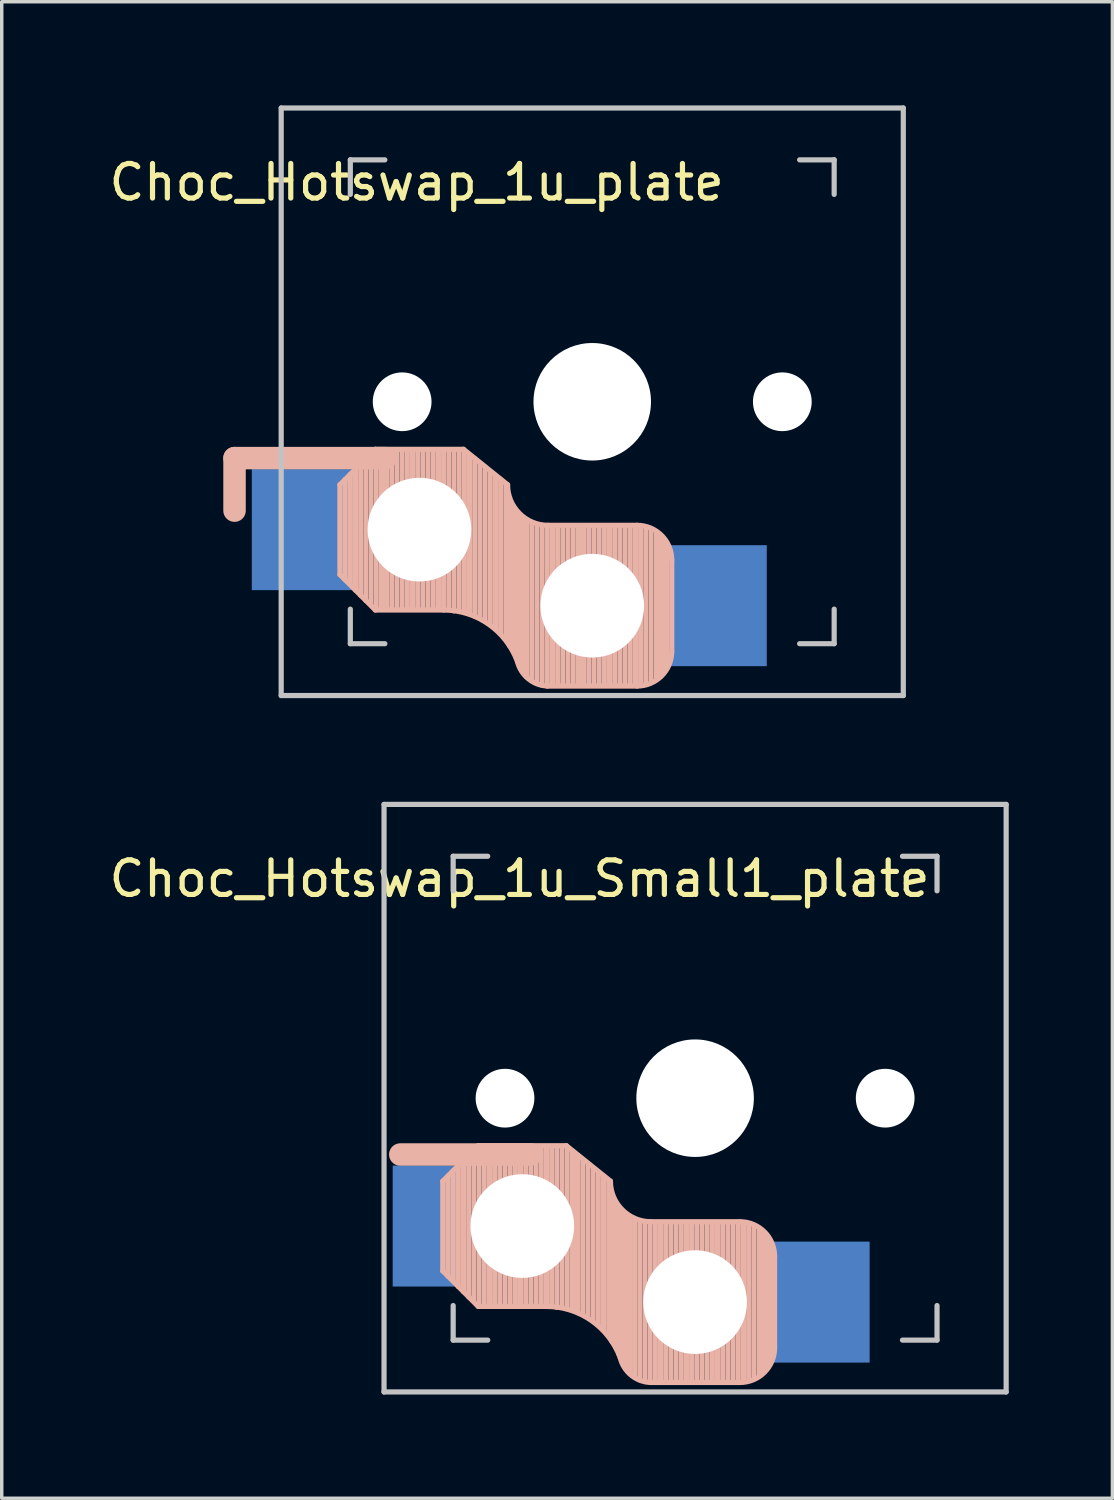
<source format=kicad_pcb>
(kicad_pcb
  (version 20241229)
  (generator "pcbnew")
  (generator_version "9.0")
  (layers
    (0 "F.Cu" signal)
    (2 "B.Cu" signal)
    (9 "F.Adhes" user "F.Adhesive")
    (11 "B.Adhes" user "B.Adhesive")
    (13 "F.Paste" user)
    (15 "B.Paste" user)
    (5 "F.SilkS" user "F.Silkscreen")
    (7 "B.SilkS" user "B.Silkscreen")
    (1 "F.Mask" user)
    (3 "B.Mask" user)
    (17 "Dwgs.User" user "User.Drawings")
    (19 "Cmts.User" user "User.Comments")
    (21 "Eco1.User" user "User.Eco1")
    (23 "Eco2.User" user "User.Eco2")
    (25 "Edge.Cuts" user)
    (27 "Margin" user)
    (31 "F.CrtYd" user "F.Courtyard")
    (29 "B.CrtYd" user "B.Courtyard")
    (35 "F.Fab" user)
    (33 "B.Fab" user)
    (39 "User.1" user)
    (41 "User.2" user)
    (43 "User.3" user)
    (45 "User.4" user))
  (footprint "Choc_Hotswap_1u_Small1_plate"
    (layer "F.Cu")
    (at 17.062 28.725)
    (property "Reference" "Choc_Hotswap_1u_Small1_plate" (at -5.08 -6.35 180) (layer "F.SilkS") (effects (font (size 1 1) (thickness 0.15))))
    (attr through_hole)
    (fp_line (start -7.3 2.4) (end -7.3 5) (stroke (width 0.15) (type solid)) (layer "B.SilkS"))
    (fp_line (start -7.3 2.4) (end -6.275 1.375) (stroke (width 0.15) (type solid)) (layer "B.SilkS"))
    (fp_line (start -7.3 5) (end -6.275 6.025) (stroke (width 0.15) (type solid)) (layer "B.SilkS"))
    (fp_line (start -7.15 5.15) (end -7.15 2.25) (stroke (width 0.15) (type solid)) (layer "B.SilkS"))
    (fp_line (start -7 5.25) (end -7 2.1) (stroke (width 0.15) (type solid)) (layer "B.SilkS"))
    (fp_line (start -6.85 5.45) (end -6.85 1.95) (stroke (width 0.15) (type solid)) (layer "B.SilkS"))
    (fp_line (start -6.7 5.6) (end -6.7 1.8) (stroke (width 0.15) (type solid)) (layer "B.SilkS"))
    (fp_line (start -6.55 5.75) (end -6.55 1.65) (stroke (width 0.15) (type solid)) (layer "B.SilkS"))
    (fp_line (start -6.4 5.85) (end -6.4 1.5) (stroke (width 0.15) (type solid)) (layer "B.SilkS"))
    (fp_line (start -6.25 6) (end -6.25 1.4) (stroke (width 0.15) (type solid)) (layer "B.SilkS"))
    (fp_line (start -6.1 6) (end -6.1 1.4) (stroke (width 0.15) (type solid)) (layer "B.SilkS"))
    (fp_line (start -5.95 6) (end -5.95 1.4) (stroke (width 0.15) (type solid)) (layer "B.SilkS"))
    (fp_line (start -5.8 6) (end -5.8 1.4) (stroke (width 0.15) (type solid)) (layer "B.SilkS"))
    (fp_line (start -5.65 6) (end -5.65 1.4) (stroke (width 0.15) (type solid)) (layer "B.SilkS"))
    (fp_line (start -5.5 6) (end -5.5 1.4) (stroke (width 0.15) (type solid)) (layer "B.SilkS"))
    (fp_line (start -5.35 6) (end -5.35 1.4) (stroke (width 0.15) (type solid)) (layer "B.SilkS"))
    (fp_line (start -5.2 6) (end -5.2 1.4) (stroke (width 0.15) (type solid)) (layer "B.SilkS"))
    (fp_line (start -5.05 6) (end -5.05 1.4) (stroke (width 0.15) (type solid)) (layer "B.SilkS"))
    (fp_line (start -4.9 6) (end -4.9 1.4) (stroke (width 0.15) (type solid)) (layer "B.SilkS"))
    (fp_line (start -4.75 1.63) (end -8.53 1.63) (stroke (width 0.65) (type solid)) (layer "B.SilkS"))
    (fp_line (start -4.75 6) (end -4.75 1.4) (stroke (width 0.15) (type solid)) (layer "B.SilkS"))
    (fp_line (start -4.6 6) (end -4.6 1.4) (stroke (width 0.15) (type solid)) (layer "B.SilkS"))
    (fp_line (start -4.45 6) (end -4.45 1.4) (stroke (width 0.15) (type solid)) (layer "B.SilkS"))
    (fp_line (start -4.3 6) (end -4.3 1.4) (stroke (width 0.15) (type solid)) (layer "B.SilkS"))
    (fp_line (start -4.3 6.025) (end -6.275 6.025) (stroke (width 0.15) (type solid)) (layer "B.SilkS"))
    (fp_line (start -4.15 6) (end -4.15 1.45) (stroke (width 0.15) (type solid)) (layer "B.SilkS"))
    (fp_line (start -4 6.05) (end -4 1.4) (stroke (width 0.15) (type solid)) (layer "B.SilkS"))
    (fp_line (start -3.85 6.05) (end -3.85 1.4) (stroke (width 0.15) (type solid)) (layer "B.SilkS"))
    (fp_line (start -3.725 1.375) (end -6.275 1.375) (stroke (width 0.15) (type solid)) (layer "B.SilkS"))
    (fp_line (start -3.725 1.375) (end -2.45 2.4) (stroke (width 0.15) (type solid)) (layer "B.SilkS"))
    (fp_line (start -3.7 6.05) (end -3.7 1.45) (stroke (width 0.15) (type solid)) (layer "B.SilkS"))
    (fp_line (start -3.55 6.1) (end -3.55 1.55) (stroke (width 0.15) (type solid)) (layer "B.SilkS"))
    (fp_line (start -3.4 6.2) (end -3.4 1.65) (stroke (width 0.15) (type solid)) (layer "B.SilkS"))
    (fp_line (start -3.25 6.25) (end -3.25 1.8) (stroke (width 0.15) (type solid)) (layer "B.SilkS"))
    (fp_line (start -3.1 6.35) (end -3.1 1.9) (stroke (width 0.15) (type solid)) (layer "B.SilkS"))
    (fp_line (start -2.95 6.45) (end -2.95 2.05) (stroke (width 0.15) (type solid)) (layer "B.SilkS"))
    (fp_line (start -2.8 6.55) (end -2.8 2.15) (stroke (width 0.15) (type solid)) (layer "B.SilkS"))
    (fp_line (start -2.65 6.7) (end -2.65 2.25) (stroke (width 0.15) (type solid)) (layer "B.SilkS"))
    (fp_line (start -2.5 6.85) (end -2.5 2.4) (stroke (width 0.15) (type solid)) (layer "B.SilkS"))
    (fp_line (start -2.4 7.05) (end -2.4 2.9) (stroke (width 0.15) (type solid)) (layer "B.SilkS"))
    (fp_line (start -2.3 7.2) (end -2.3 3.05) (stroke (width 0.15) (type solid)) (layer "B.SilkS"))
    (fp_line (start -2.2 7.4) (end -2.2 3.25) (stroke (width 0.15) (type solid)) (layer "B.SilkS"))
    (fp_line (start -2.1 7.55) (end -2.1 3.35) (stroke (width 0.15) (type solid)) (layer "B.SilkS"))
    (fp_line (start -2 7.8) (end -2 3.4) (stroke (width 0.15) (type solid)) (layer "B.SilkS"))
    (fp_line (start -1.9 7.95) (end -1.9 3.45) (stroke (width 0.15) (type solid)) (layer "B.SilkS"))
    (fp_line (start -1.75 8.05) (end -1.75 3.5) (stroke (width 0.15) (type solid)) (layer "B.SilkS"))
    (fp_line (start -1.6 8.15) (end -1.6 3.6) (stroke (width 0.15) (type solid)) (layer "B.SilkS"))
    (fp_line (start -1.45 8.2) (end -1.45 3.6) (stroke (width 0.15) (type solid)) (layer "B.SilkS"))
    (fp_line (start -1.3 8.2) (end -1.3 3.6) (stroke (width 0.15) (type solid)) (layer "B.SilkS"))
    (fp_line (start -1.15 8.2) (end -1.15 3.65) (stroke (width 0.15) (type solid)) (layer "B.SilkS"))
    (fp_line (start -1 8.2) (end -1 3.6) (stroke (width 0.15) (type solid)) (layer "B.SilkS"))
    (fp_line (start -0.85 8.2) (end -0.85 3.6) (stroke (width 0.15) (type solid)) (layer "B.SilkS"))
    (fp_line (start -0.7 8.2) (end -0.7 3.6) (stroke (width 0.15) (type solid)) (layer "B.SilkS"))
    (fp_line (start -0.55 8.2) (end -0.55 3.6) (stroke (width 0.15) (type solid)) (layer "B.SilkS"))
    (fp_line (start -0.4 8.2) (end -0.4 3.6) (stroke (width 0.15) (type solid)) (layer "B.SilkS"))
    (fp_line (start -0.25 8.2) (end -0.25 3.6) (stroke (width 0.15) (type solid)) (layer "B.SilkS"))
    (fp_line (start -0.1 8.2) (end -0.1 3.6) (stroke (width 0.15) (type solid)) (layer "B.SilkS"))
    (fp_line (start 0.05 8.2) (end 0.05 3.6) (stroke (width 0.15) (type solid)) (layer "B.SilkS"))
    (fp_line (start 0.2 8.2) (end 0.2 3.6) (stroke (width 0.15) (type solid)) (layer "B.SilkS"))
    (fp_line (start 0.35 8.2) (end 0.35 3.6) (stroke (width 0.15) (type solid)) (layer "B.SilkS"))
    (fp_line (start 0.5 8.2) (end 0.5 3.6) (stroke (width 0.15) (type solid)) (layer "B.SilkS"))
    (fp_line (start 0.65 8.2) (end 0.65 3.6) (stroke (width 0.15) (type solid)) (layer "B.SilkS"))
    (fp_line (start 0.8 8.2) (end 0.8 3.6) (stroke (width 0.15) (type solid)) (layer "B.SilkS"))
    (fp_line (start 0.95 8.2) (end 0.95 3.6) (stroke (width 0.15) (type solid)) (layer "B.SilkS"))
    (fp_line (start 1.1 8.2) (end 1.1 3.6) (stroke (width 0.15) (type solid)) (layer "B.SilkS"))
    (fp_line (start 1.25 8.2) (end 1.25 3.6) (stroke (width 0.15) (type solid)) (layer "B.SilkS"))
    (fp_line (start 1.3 3.575) (end -1.275 3.575) (stroke (width 0.15) (type solid)) (layer "B.SilkS"))
    (fp_line (start 1.3 8.225) (end -1.3 8.225) (stroke (width 0.15) (type solid)) (layer "B.SilkS"))
    (fp_line (start 1.4 8.2) (end 1.4 3.65) (stroke (width 0.15) (type solid)) (layer "B.SilkS"))
    (fp_line (start 1.55 8.15) (end 1.55 3.65) (stroke (width 0.15) (type solid)) (layer "B.SilkS"))
    (fp_line (start 1.7 8.1) (end 1.7 3.7) (stroke (width 0.15) (type solid)) (layer "B.SilkS"))
    (fp_line (start 1.85 8) (end 1.85 3.8) (stroke (width 0.15) (type solid)) (layer "B.SilkS"))
    (fp_line (start 1.95 7.9) (end 1.95 3.95) (stroke (width 0.15) (type solid)) (layer "B.SilkS"))
    (fp_line (start 2.05 7.8) (end 2.05 4.05) (stroke (width 0.15) (type solid)) (layer "B.SilkS"))
    (fp_line (start 2.15 7.65) (end 2.15 4.1) (stroke (width 0.15) (type solid)) (layer "B.SilkS"))
    (fp_line (start 2.3 4.575) (end 2.3 7.225) (stroke (width 0.15) (type solid)) (layer "B.SilkS"))
    (fp_arc (start -4.3 6.025) (mid -2.995114 6.436429) (end -2.162199 7.521904) (stroke (width 0.15) (type solid)) (layer "B.SilkS"))
    (fp_arc (start -1.300995 8.223791) (mid -1.848284 8.016021) (end -2.162199 7.521904) (stroke (width 0.15) (type solid)) (layer "B.SilkS"))
    (fp_arc (start -1.275 3.575) (mid -2.10585 3.23085) (end -2.45 2.4) (stroke (width 0.15) (type solid)) (layer "B.SilkS"))
    (fp_arc (start 1.3 3.575) (mid 2.007107 3.867893) (end 2.3 4.575) (stroke (width 0.15) (type solid)) (layer "B.SilkS"))
    (fp_arc (start 2.3 7.225) (mid 2.007107 7.932107) (end 1.3 8.225) (stroke (width 0.15) (type solid)) (layer "B.SilkS"))
    (fp_line (start -9 -8.5) (end 9 -8.5) (stroke (width 0.15) (type solid)) (layer "Dwgs.User"))
    (fp_line (start -9 8.5) (end -9 -8.5) (stroke (width 0.15) (type solid)) (layer "Dwgs.User"))
    (fp_line (start -7 -7) (end -6 -7) (stroke (width 0.15) (type solid)) (layer "Dwgs.User"))
    (fp_line (start -7 -6) (end -7 -7) (stroke (width 0.15) (type solid)) (layer "Dwgs.User"))
    (fp_line (start -7 7) (end -7 6) (stroke (width 0.15) (type solid)) (layer "Dwgs.User"))
    (fp_line (start -6 7) (end -7 7) (stroke (width 0.15) (type solid)) (layer "Dwgs.User"))
    (fp_line (start 6 7) (end 7 7) (stroke (width 0.15) (type solid)) (layer "Dwgs.User"))
    (fp_line (start 7 -7) (end 6 -7) (stroke (width 0.15) (type solid)) (layer "Dwgs.User"))
    (fp_line (start 7 -6) (end 7 -7) (stroke (width 0.15) (type solid)) (layer "Dwgs.User"))
    (fp_line (start 7 7) (end 7 6) (stroke (width 0.15) (type solid)) (layer "Dwgs.User"))
    (fp_line (start 9 -8.5) (end 9 8.5) (stroke (width 0.15) (type solid)) (layer "Dwgs.User"))
    (fp_line (start 9 8.5) (end -9 8.5) (stroke (width 0.15) (type solid)) (layer "Dwgs.User"))
    (pad "" np_thru_hole circle (at -5.5 0 90) (size 1.7 1.7) (drill 1.7) (layers "*.Cu" "*.Mask"))
    (pad "" np_thru_hole circle (at -5 3.7 90) (size 3 3) (drill 3) (layers "*.Cu" "*.Mask"))
    (pad "" np_thru_hole circle (at 0 0 90) (size 3.4 3.4) (drill 3.4) (layers "*.Cu" "*.Mask"))
    (pad "" np_thru_hole circle (at 0 5.9 90) (size 3 3) (drill 3) (layers "*.Cu" "*.Mask"))
    (pad "" np_thru_hole circle (at 5.5 0 90) (size 1.7 1.7) (drill 1.7) (layers "*.Cu" "*.Mask"))
    (pad "1" smd rect (at -7.8 3.7 180) (size 1.9 3.5) (layers "B.Cu" "B.Mask" "B.Paste"))
    (pad "2" smd rect (at 3.55 5.9 180) (size 3 3.5) (layers "B.Cu" "B.Mask" "B.Paste")))
  (footprint "Choc_Hotswap_1u_plate"
    (layer "F.Cu")
    (at 14.086 8.575)
    (property "Reference" "Choc_Hotswap_1u_plate" (at -5.08 -6.35 180) (layer "F.SilkS") (effects (font (size 1 1) (thickness 0.15))))
    (attr through_hole)
    (fp_line (start -10.35 1.63) (end -10.35 3.15) (stroke (width 0.65) (type solid)) (layer "B.SilkS"))
    (fp_line (start -7.3 2.4) (end -7.3 5) (stroke (width 0.15) (type solid)) (layer "B.SilkS"))
    (fp_line (start -7.3 2.4) (end -6.275 1.375) (stroke (width 0.15) (type solid)) (layer "B.SilkS"))
    (fp_line (start -7.3 5) (end -6.275 6.025) (stroke (width 0.15) (type solid)) (layer "B.SilkS"))
    (fp_line (start -7.15 5.15) (end -7.15 2.25) (stroke (width 0.15) (type solid)) (layer "B.SilkS"))
    (fp_line (start -7 5.25) (end -7 2.1) (stroke (width 0.15) (type solid)) (layer "B.SilkS"))
    (fp_line (start -6.85 5.45) (end -6.85 1.95) (stroke (width 0.15) (type solid)) (layer "B.SilkS"))
    (fp_line (start -6.7 5.6) (end -6.7 1.8) (stroke (width 0.15) (type solid)) (layer "B.SilkS"))
    (fp_line (start -6.55 5.75) (end -6.55 1.65) (stroke (width 0.15) (type solid)) (layer "B.SilkS"))
    (fp_line (start -6.4 5.85) (end -6.4 1.5) (stroke (width 0.15) (type solid)) (layer "B.SilkS"))
    (fp_line (start -6.25 6) (end -6.25 1.4) (stroke (width 0.15) (type solid)) (layer "B.SilkS"))
    (fp_line (start -6.1 6) (end -6.1 1.4) (stroke (width 0.15) (type solid)) (layer "B.SilkS"))
    (fp_line (start -5.98 1.63) (end -10.35 1.63) (stroke (width 0.65) (type solid)) (layer "B.SilkS"))
    (fp_line (start -5.95 6) (end -5.95 1.4) (stroke (width 0.15) (type solid)) (layer "B.SilkS"))
    (fp_line (start -5.8 6) (end -5.8 1.4) (stroke (width 0.15) (type solid)) (layer "B.SilkS"))
    (fp_line (start -5.65 6) (end -5.65 1.4) (stroke (width 0.15) (type solid)) (layer "B.SilkS"))
    (fp_line (start -5.5 6) (end -5.5 1.4) (stroke (width 0.15) (type solid)) (layer "B.SilkS"))
    (fp_line (start -5.35 6) (end -5.35 1.4) (stroke (width 0.15) (type solid)) (layer "B.SilkS"))
    (fp_line (start -5.2 6) (end -5.2 1.4) (stroke (width 0.15) (type solid)) (layer "B.SilkS"))
    (fp_line (start -5.05 6) (end -5.05 1.4) (stroke (width 0.15) (type solid)) (layer "B.SilkS"))
    (fp_line (start -4.9 6) (end -4.9 1.4) (stroke (width 0.15) (type solid)) (layer "B.SilkS"))
    (fp_line (start -4.75 6) (end -4.75 1.4) (stroke (width 0.15) (type solid)) (layer "B.SilkS"))
    (fp_line (start -4.6 6) (end -4.6 1.4) (stroke (width 0.15) (type solid)) (layer "B.SilkS"))
    (fp_line (start -4.45 6) (end -4.45 1.4) (stroke (width 0.15) (type solid)) (layer "B.SilkS"))
    (fp_line (start -4.3 6) (end -4.3 1.4) (stroke (width 0.15) (type solid)) (layer "B.SilkS"))
    (fp_line (start -4.3 6.025) (end -6.275 6.025) (stroke (width 0.15) (type solid)) (layer "B.SilkS"))
    (fp_line (start -4.15 6) (end -4.15 1.45) (stroke (width 0.15) (type solid)) (layer "B.SilkS"))
    (fp_line (start -4 6.05) (end -4 1.4) (stroke (width 0.15) (type solid)) (layer "B.SilkS"))
    (fp_line (start -3.85 6.05) (end -3.85 1.4) (stroke (width 0.15) (type solid)) (layer "B.SilkS"))
    (fp_line (start -3.725 1.375) (end -6.275 1.375) (stroke (width 0.15) (type solid)) (layer "B.SilkS"))
    (fp_line (start -3.725 1.375) (end -2.45 2.4) (stroke (width 0.15) (type solid)) (layer "B.SilkS"))
    (fp_line (start -3.7 6.05) (end -3.7 1.45) (stroke (width 0.15) (type solid)) (layer "B.SilkS"))
    (fp_line (start -3.55 6.1) (end -3.55 1.55) (stroke (width 0.15) (type solid)) (layer "B.SilkS"))
    (fp_line (start -3.4 6.2) (end -3.4 1.65) (stroke (width 0.15) (type solid)) (layer "B.SilkS"))
    (fp_line (start -3.25 6.25) (end -3.25 1.8) (stroke (width 0.15) (type solid)) (layer "B.SilkS"))
    (fp_line (start -3.1 6.35) (end -3.1 1.9) (stroke (width 0.15) (type solid)) (layer "B.SilkS"))
    (fp_line (start -2.95 6.45) (end -2.95 2.05) (stroke (width 0.15) (type solid)) (layer "B.SilkS"))
    (fp_line (start -2.8 6.55) (end -2.8 2.15) (stroke (width 0.15) (type solid)) (layer "B.SilkS"))
    (fp_line (start -2.65 6.7) (end -2.65 2.25) (stroke (width 0.15) (type solid)) (layer "B.SilkS"))
    (fp_line (start -2.5 6.85) (end -2.5 2.4) (stroke (width 0.15) (type solid)) (layer "B.SilkS"))
    (fp_line (start -2.4 7.05) (end -2.4 2.9) (stroke (width 0.15) (type solid)) (layer "B.SilkS"))
    (fp_line (start -2.3 7.2) (end -2.3 3.05) (stroke (width 0.15) (type solid)) (layer "B.SilkS"))
    (fp_line (start -2.2 7.4) (end -2.2 3.25) (stroke (width 0.15) (type solid)) (layer "B.SilkS"))
    (fp_line (start -2.1 7.55) (end -2.1 3.35) (stroke (width 0.15) (type solid)) (layer "B.SilkS"))
    (fp_line (start -2 7.8) (end -2 3.4) (stroke (width 0.15) (type solid)) (layer "B.SilkS"))
    (fp_line (start -1.9 7.95) (end -1.9 3.45) (stroke (width 0.15) (type solid)) (layer "B.SilkS"))
    (fp_line (start -1.75 8.05) (end -1.75 3.5) (stroke (width 0.15) (type solid)) (layer "B.SilkS"))
    (fp_line (start -1.6 8.15) (end -1.6 3.6) (stroke (width 0.15) (type solid)) (layer "B.SilkS"))
    (fp_line (start -1.45 8.2) (end -1.45 3.6) (stroke (width 0.15) (type solid)) (layer "B.SilkS"))
    (fp_line (start -1.3 8.2) (end -1.3 3.6) (stroke (width 0.15) (type solid)) (layer "B.SilkS"))
    (fp_line (start -1.15 8.2) (end -1.15 3.65) (stroke (width 0.15) (type solid)) (layer "B.SilkS"))
    (fp_line (start -1 8.2) (end -1 3.6) (stroke (width 0.15) (type solid)) (layer "B.SilkS"))
    (fp_line (start -0.85 8.2) (end -0.85 3.6) (stroke (width 0.15) (type solid)) (layer "B.SilkS"))
    (fp_line (start -0.7 8.2) (end -0.7 3.6) (stroke (width 0.15) (type solid)) (layer "B.SilkS"))
    (fp_line (start -0.55 8.2) (end -0.55 3.6) (stroke (width 0.15) (type solid)) (layer "B.SilkS"))
    (fp_line (start -0.4 8.2) (end -0.4 3.6) (stroke (width 0.15) (type solid)) (layer "B.SilkS"))
    (fp_line (start -0.25 8.2) (end -0.25 3.6) (stroke (width 0.15) (type solid)) (layer "B.SilkS"))
    (fp_line (start -0.1 8.2) (end -0.1 3.6) (stroke (width 0.15) (type solid)) (layer "B.SilkS"))
    (fp_line (start 0.05 8.2) (end 0.05 3.6) (stroke (width 0.15) (type solid)) (layer "B.SilkS"))
    (fp_line (start 0.2 8.2) (end 0.2 3.6) (stroke (width 0.15) (type solid)) (layer "B.SilkS"))
    (fp_line (start 0.35 8.2) (end 0.35 3.6) (stroke (width 0.15) (type solid)) (layer "B.SilkS"))
    (fp_line (start 0.5 8.2) (end 0.5 3.6) (stroke (width 0.15) (type solid)) (layer "B.SilkS"))
    (fp_line (start 0.65 8.2) (end 0.65 3.6) (stroke (width 0.15) (type solid)) (layer "B.SilkS"))
    (fp_line (start 0.8 8.2) (end 0.8 3.6) (stroke (width 0.15) (type solid)) (layer "B.SilkS"))
    (fp_line (start 0.95 8.2) (end 0.95 3.6) (stroke (width 0.15) (type solid)) (layer "B.SilkS"))
    (fp_line (start 1.1 8.2) (end 1.1 3.6) (stroke (width 0.15) (type solid)) (layer "B.SilkS"))
    (fp_line (start 1.25 8.2) (end 1.25 3.6) (stroke (width 0.15) (type solid)) (layer "B.SilkS"))
    (fp_line (start 1.3 3.575) (end -1.275 3.575) (stroke (width 0.15) (type solid)) (layer "B.SilkS"))
    (fp_line (start 1.3 8.225) (end -1.3 8.225) (stroke (width 0.15) (type solid)) (layer "B.SilkS"))
    (fp_line (start 1.4 8.2) (end 1.4 3.65) (stroke (width 0.15) (type solid)) (layer "B.SilkS"))
    (fp_line (start 1.55 8.15) (end 1.55 3.65) (stroke (width 0.15) (type solid)) (layer "B.SilkS"))
    (fp_line (start 1.7 8.1) (end 1.7 3.7) (stroke (width 0.15) (type solid)) (layer "B.SilkS"))
    (fp_line (start 1.85 8) (end 1.85 3.8) (stroke (width 0.15) (type solid)) (layer "B.SilkS"))
    (fp_line (start 1.95 7.9) (end 1.95 3.95) (stroke (width 0.15) (type solid)) (layer "B.SilkS"))
    (fp_line (start 2.05 7.8) (end 2.05 4.05) (stroke (width 0.15) (type solid)) (layer "B.SilkS"))
    (fp_line (start 2.15 7.65) (end 2.15 4.1) (stroke (width 0.15) (type solid)) (layer "B.SilkS"))
    (fp_line (start 2.3 4.575) (end 2.3 7.225) (stroke (width 0.15) (type solid)) (layer "B.SilkS"))
    (fp_arc (start -4.3 6.025) (mid -2.995114 6.436429) (end -2.162199 7.521904) (stroke (width 0.15) (type solid)) (layer "B.SilkS"))
    (fp_arc (start -1.300995 8.223791) (mid -1.848284 8.016021) (end -2.162199 7.521904) (stroke (width 0.15) (type solid)) (layer "B.SilkS"))
    (fp_arc (start -1.275 3.575) (mid -2.10585 3.23085) (end -2.45 2.4) (stroke (width 0.15) (type solid)) (layer "B.SilkS"))
    (fp_arc (start 1.3 3.575) (mid 2.007107 3.867893) (end 2.3 4.575) (stroke (width 0.15) (type solid)) (layer "B.SilkS"))
    (fp_arc (start 2.3 7.225) (mid 2.007107 7.932107) (end 1.3 8.225) (stroke (width 0.15) (type solid)) (layer "B.SilkS"))
    (fp_line (start -9 -8.5) (end 9 -8.5) (stroke (width 0.15) (type solid)) (layer "Dwgs.User"))
    (fp_line (start -9 8.5) (end -9 -8.5) (stroke (width 0.15) (type solid)) (layer "Dwgs.User"))
    (fp_line (start -7 -7) (end -6 -7) (stroke (width 0.15) (type solid)) (layer "Dwgs.User"))
    (fp_line (start -7 -6) (end -7 -7) (stroke (width 0.15) (type solid)) (layer "Dwgs.User"))
    (fp_line (start -7 7) (end -7 6) (stroke (width 0.15) (type solid)) (layer "Dwgs.User"))
    (fp_line (start -6 7) (end -7 7) (stroke (width 0.15) (type solid)) (layer "Dwgs.User"))
    (fp_line (start 6 7) (end 7 7) (stroke (width 0.15) (type solid)) (layer "Dwgs.User"))
    (fp_line (start 7 -7) (end 6 -7) (stroke (width 0.15) (type solid)) (layer "Dwgs.User"))
    (fp_line (start 7 -6) (end 7 -7) (stroke (width 0.15) (type solid)) (layer "Dwgs.User"))
    (fp_line (start 7 7) (end 7 6) (stroke (width 0.15) (type solid)) (layer "Dwgs.User"))
    (fp_line (start 9 -8.5) (end 9 8.5) (stroke (width 0.15) (type solid)) (layer "Dwgs.User"))
    (fp_line (start 9 8.5) (end -9 8.5) (stroke (width 0.15) (type solid)) (layer "Dwgs.User"))
    (pad "" np_thru_hole circle (at -5.5 0 90) (size 1.7 1.7) (drill 1.7) (layers "*.Cu" "*.Mask"))
    (pad "" np_thru_hole circle (at -5 3.7 90) (size 3 3) (drill 3) (layers "*.Cu" "*.Mask"))
    (pad "" np_thru_hole circle (at 0 0 90) (size 3.4 3.4) (drill 3.4) (layers "*.Cu" "*.Mask"))
    (pad "" np_thru_hole circle (at 0 5.9 90) (size 3 3) (drill 3) (layers "*.Cu" "*.Mask"))
    (pad "" np_thru_hole circle (at 5.5 0 90) (size 1.7 1.7) (drill 1.7) (layers "*.Cu" "*.Mask"))
    (pad "1" smd rect (at -8.35 3.7 180) (size 3 3.5) (layers "B.Cu" "B.Mask" "B.Paste"))
    (pad "2" smd rect (at 3.55 5.9 180) (size 3 3.5) (layers "B.Cu" "B.Mask" "B.Paste")))
  (gr_rect
    (start -3 -3)
    (end 29.137 40.3)
    (stroke (width 0.1) (type default))
    (fill no)
    (layer "Edge.Cuts")))
</source>
